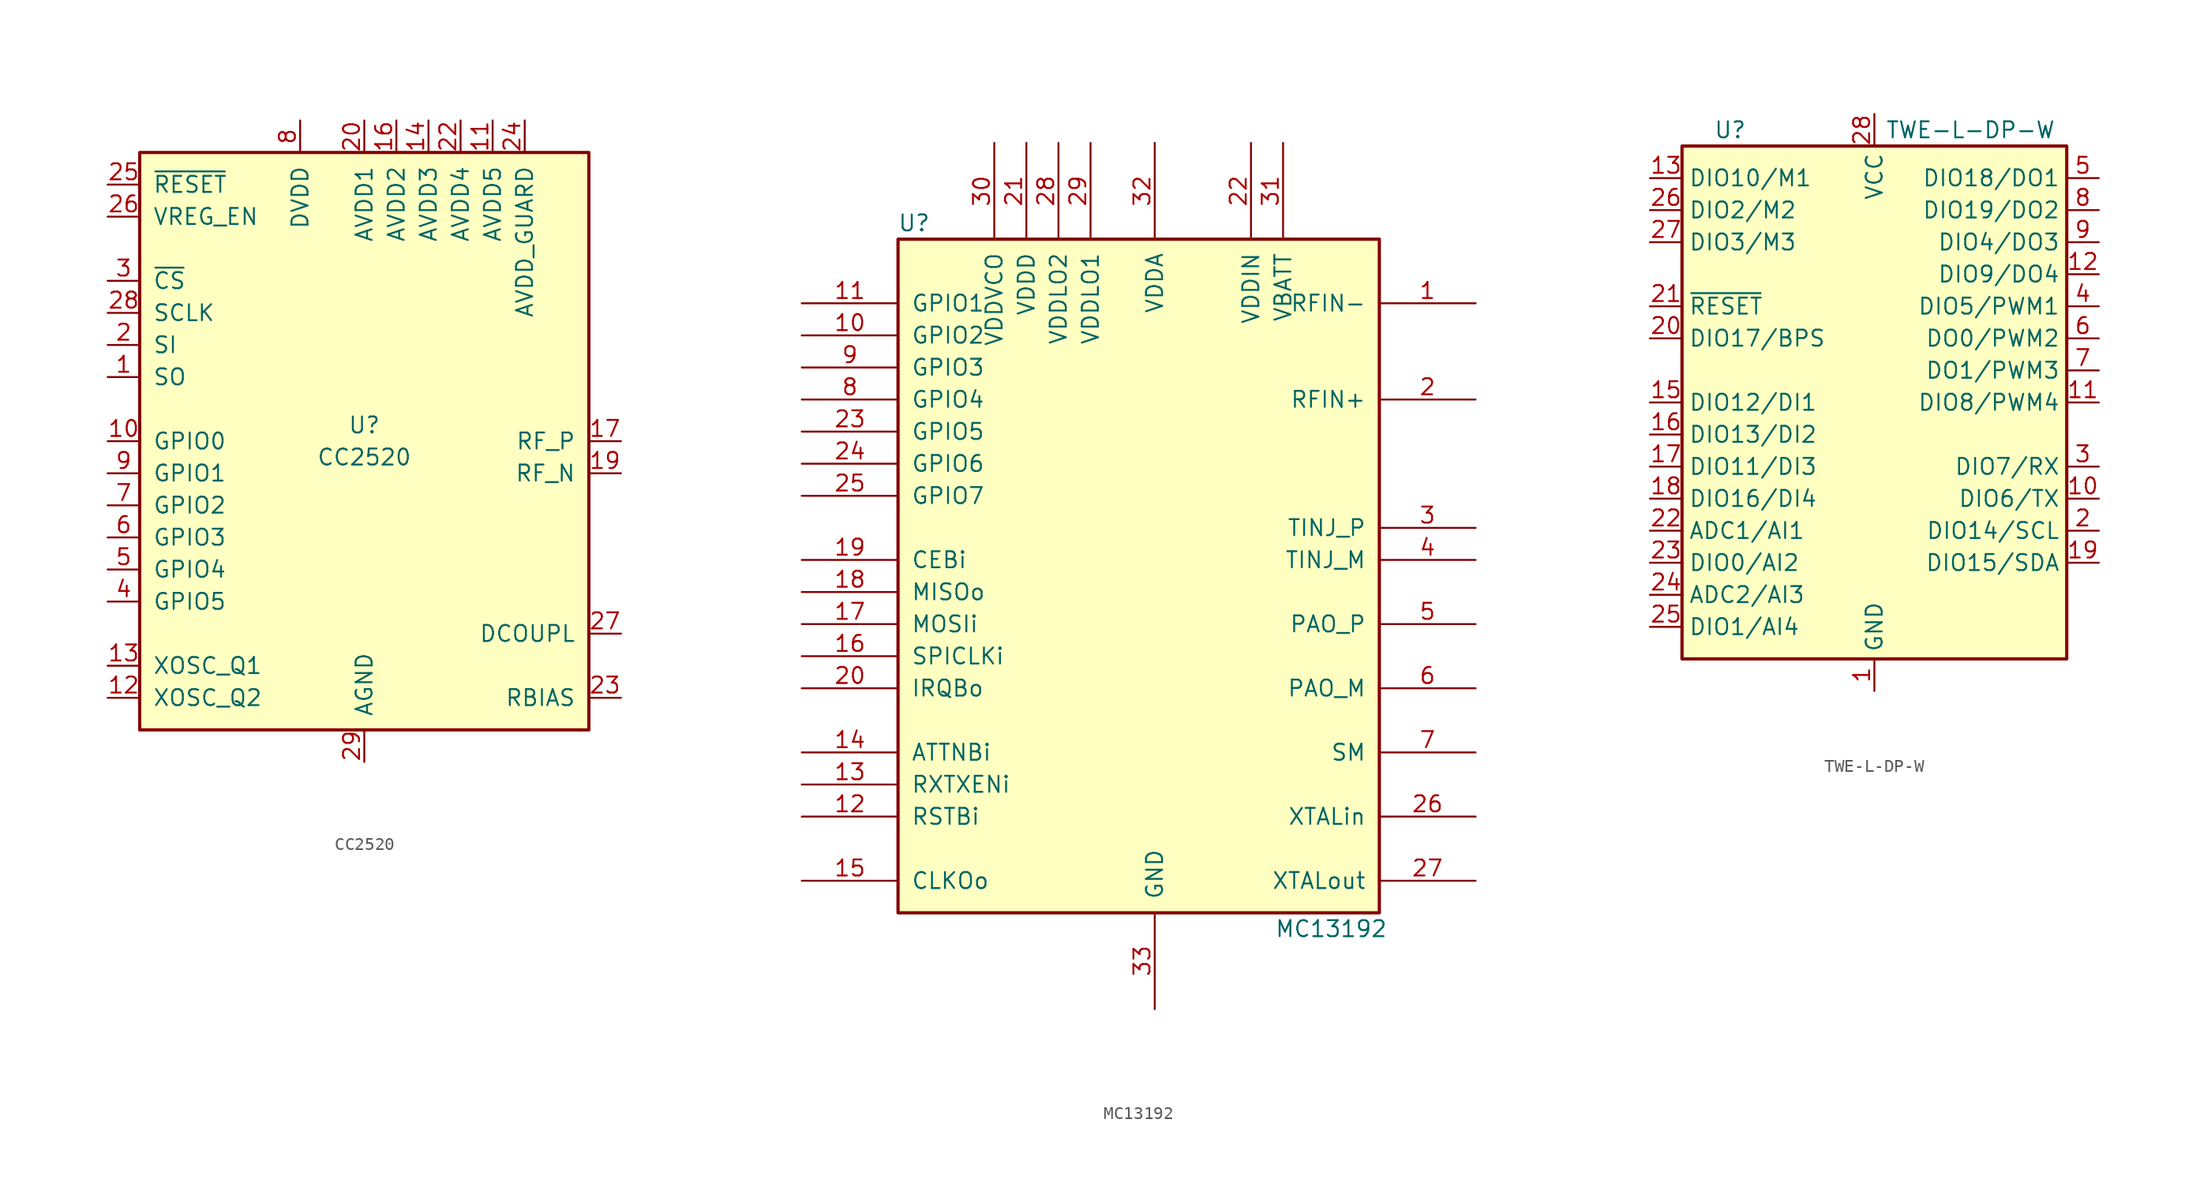
<source format=kicad_sym>
(kicad_symbol_lib
  (version 20201005)
  (generator kicad_symbol_editor)
  (symbol "RF_ZigBee:CC2520"
    (pin_names
      (offset 1.016))
    (property "Reference" "U"
      (at 0 1.27 0)
      (effects (font (size 1.27 1.27))))
    (property "Value" "CC2520"
      (at 0 -1.27 0)
      (effects (font (size 1.27 1.27))))
    (symbol "CC2520_0_1"
      (rectangle (start -17.78 22.86) (end 17.78 -22.86) (stroke (width 0.254)) (fill (type background))))
    (symbol "CC2520_1_1"
      (pin output line (at -20.32 5.08 0) (length 2.54) (name "SO" (effects (font (size 1.27 1.27)))) (number "1" (effects (font (size 1.27 1.27)))))
      (pin bidirectional line (at -20.32 0 0) (length 2.54) (name "GPIO0" (effects (font (size 1.27 1.27)))) (number "10" (effects (font (size 1.27 1.27)))))
      (pin power_in line (at 10.16 25.4 270) (length 2.54) (name "AVDD5" (effects (font (size 1.27 1.27)))) (number "11" (effects (font (size 1.27 1.27)))))
      (pin passive line (at -20.32 -20.32 0) (length 2.54) (name "XOSC_Q2" (effects (font (size 1.27 1.27)))) (number "12" (effects (font (size 1.27 1.27)))))
      (pin passive line (at -20.32 -17.78 0) (length 2.54) (name "XOSC_Q1" (effects (font (size 1.27 1.27)))) (number "13" (effects (font (size 1.27 1.27)))))
      (pin power_in line (at 5.08 25.4 270) (length 2.54) (name "AVDD3" (effects (font (size 1.27 1.27)))) (number "14" (effects (font (size 1.27 1.27)))))
      (pin no_connect line (at 2.54 -22.86 90) (length 2.54) hide (name "NC" (effects (font (size 1.27 1.27)))) (number "15" (effects (font (size 1.27 1.27)))))
      (pin power_in line (at 2.54 25.4 270) (length 2.54) (name "AVDD2" (effects (font (size 1.27 1.27)))) (number "16" (effects (font (size 1.27 1.27)))))
      (pin passive line (at 20.32 0 180) (length 2.54) (name "RF_P" (effects (font (size 1.27 1.27)))) (number "17" (effects (font (size 1.27 1.27)))))
      (pin passive line (at 20.32 -2.54 180) (length 2.54) (name "RF_N" (effects (font (size 1.27 1.27)))) (number "19" (effects (font (size 1.27 1.27)))))
      (pin input line (at -20.32 7.62 0) (length 2.54) (name "SI" (effects (font (size 1.27 1.27)))) (number "2" (effects (font (size 1.27 1.27)))))
      (pin power_in line (at 0 25.4 270) (length 2.54) (name "AVDD1" (effects (font (size 1.27 1.27)))) (number "20" (effects (font (size 1.27 1.27)))))
      (pin no_connect line (at 5.08 -22.86 90) (length 2.54) hide (name "NC" (effects (font (size 1.27 1.27)))) (number "21" (effects (font (size 1.27 1.27)))))
      (pin power_in line (at 7.62 25.4 270) (length 2.54) (name "AVDD4" (effects (font (size 1.27 1.27)))) (number "22" (effects (font (size 1.27 1.27)))))
      (pin passive line (at 20.32 -20.32 180) (length 2.54) (name "RBIAS" (effects (font (size 1.27 1.27)))) (number "23" (effects (font (size 1.27 1.27)))))
      (pin power_in line (at 12.7 25.4 270) (length 2.54) (name "AVDD_GUARD" (effects (font (size 1.27 1.27)))) (number "24" (effects (font (size 1.27 1.27)))))
      (pin input line (at -20.32 20.32 0) (length 2.54) (name "~RESET" (effects (font (size 1.27 1.27)))) (number "25" (effects (font (size 1.27 1.27)))))
      (pin input line (at -20.32 17.78 0) (length 2.54) (name "VREG_EN" (effects (font (size 1.27 1.27)))) (number "26" (effects (font (size 1.27 1.27)))))
      (pin passive line (at 20.32 -15.24 180) (length 2.54) (name "DCOUPL" (effects (font (size 1.27 1.27)))) (number "27" (effects (font (size 1.27 1.27)))))
      (pin input line (at -20.32 10.16 0) (length 2.54) (name "SCLK" (effects (font (size 1.27 1.27)))) (number "28" (effects (font (size 1.27 1.27)))))
      (pin power_in line (at 0 -25.4 90) (length 2.54) (name "AGND" (effects (font (size 1.27 1.27)))) (number "29" (effects (font (size 1.27 1.27)))))
      (pin input line (at -20.32 12.7 0) (length 2.54) (name "~CS" (effects (font (size 1.27 1.27)))) (number "3" (effects (font (size 1.27 1.27)))))
      (pin bidirectional line (at -20.32 -12.7 0) (length 2.54) (name "GPIO5" (effects (font (size 1.27 1.27)))) (number "4" (effects (font (size 1.27 1.27)))))
      (pin bidirectional line (at -20.32 -10.16 0) (length 2.54) (name "GPIO4" (effects (font (size 1.27 1.27)))) (number "5" (effects (font (size 1.27 1.27)))))
      (pin bidirectional line (at -20.32 -7.62 0) (length 2.54) (name "GPIO3" (effects (font (size 1.27 1.27)))) (number "6" (effects (font (size 1.27 1.27)))))
      (pin bidirectional line (at -20.32 -5.08 0) (length 2.54) (name "GPIO2" (effects (font (size 1.27 1.27)))) (number "7" (effects (font (size 1.27 1.27)))))
      (pin power_in line (at -5.08 25.4 270) (length 2.54) (name "DVDD" (effects (font (size 1.27 1.27)))) (number "8" (effects (font (size 1.27 1.27)))))
      (pin bidirectional line (at -20.32 -2.54 0) (length 2.54) (name "GPIO1" (effects (font (size 1.27 1.27)))) (number "9" (effects (font (size 1.27 1.27)))))))
  (symbol "RF_ZigBee:MC13192"
    (pin_names
      (offset 1.016))
    (property "Reference" "U"
      (at -19.05 26.67 0)
      (effects (font (size 1.27 1.27))))
    (property "Value" "MC13192"
      (at 13.97 -29.21 0)
      (effects (font (size 1.27 1.27))))
    (symbol "MC13192_0_1"
      (rectangle (start -20.32 25.4) (end 17.78 -27.94) (stroke (width 0.254)) (fill (type background))))
    (symbol "MC13192_1_1"
      (pin input line (at 25.4 20.32 180) (length 7.62) (name "RFIN-" (effects (font (size 1.27 1.27)))) (number "1" (effects (font (size 1.27 1.27)))))
      (pin bidirectional line (at -27.94 17.78 0) (length 7.62) (name "GPIO2" (effects (font (size 1.27 1.27)))) (number "10" (effects (font (size 1.27 1.27)))))
      (pin bidirectional line (at -27.94 20.32 0) (length 7.62) (name "GPIO1" (effects (font (size 1.27 1.27)))) (number "11" (effects (font (size 1.27 1.27)))))
      (pin input line (at -27.94 -20.32 0) (length 7.62) (name "RSTBi" (effects (font (size 1.27 1.27)))) (number "12" (effects (font (size 1.27 1.27)))))
      (pin input line (at -27.94 -17.78 0) (length 7.62) (name "RXTXENi" (effects (font (size 1.27 1.27)))) (number "13" (effects (font (size 1.27 1.27)))))
      (pin input line (at -27.94 -15.24 0) (length 7.62) (name "ATTNBi" (effects (font (size 1.27 1.27)))) (number "14" (effects (font (size 1.27 1.27)))))
      (pin output line (at -27.94 -25.4 0) (length 7.62) (name "CLKOo" (effects (font (size 1.27 1.27)))) (number "15" (effects (font (size 1.27 1.27)))))
      (pin input line (at -27.94 -7.62 0) (length 7.62) (name "SPICLKi" (effects (font (size 1.27 1.27)))) (number "16" (effects (font (size 1.27 1.27)))))
      (pin input line (at -27.94 -5.08 0) (length 7.62) (name "MOSIi" (effects (font (size 1.27 1.27)))) (number "17" (effects (font (size 1.27 1.27)))))
      (pin tri_state line (at -27.94 -2.54 0) (length 7.62) (name "MISOo" (effects (font (size 1.27 1.27)))) (number "18" (effects (font (size 1.27 1.27)))))
      (pin input line (at -27.94 0 0) (length 7.62) (name "CEBi" (effects (font (size 1.27 1.27)))) (number "19" (effects (font (size 1.27 1.27)))))
      (pin input line (at 25.4 12.7 180) (length 7.62) (name "RFIN+" (effects (font (size 1.27 1.27)))) (number "2" (effects (font (size 1.27 1.27)))))
      (pin open_collector line (at -27.94 -10.16 0) (length 7.62) (name "IRQBo" (effects (font (size 1.27 1.27)))) (number "20" (effects (font (size 1.27 1.27)))))
      (pin power_out line (at -10.16 33.02 270) (length 7.62) (name "VDDD" (effects (font (size 1.27 1.27)))) (number "21" (effects (font (size 1.27 1.27)))))
      (pin power_in line (at 7.62 33.02 270) (length 7.62) (name "VDDIN" (effects (font (size 1.27 1.27)))) (number "22" (effects (font (size 1.27 1.27)))))
      (pin bidirectional line (at -27.94 10.16 0) (length 7.62) (name "GPIO5" (effects (font (size 1.27 1.27)))) (number "23" (effects (font (size 1.27 1.27)))))
      (pin bidirectional line (at -27.94 7.62 0) (length 7.62) (name "GPIO6" (effects (font (size 1.27 1.27)))) (number "24" (effects (font (size 1.27 1.27)))))
      (pin bidirectional line (at -27.94 5.08 0) (length 7.62) (name "GPIO7" (effects (font (size 1.27 1.27)))) (number "25" (effects (font (size 1.27 1.27)))))
      (pin input line (at 25.4 -20.32 180) (length 7.62) (name "XTALin" (effects (font (size 1.27 1.27)))) (number "26" (effects (font (size 1.27 1.27)))))
      (pin output line (at 25.4 -25.4 180) (length 7.62) (name "XTALout" (effects (font (size 1.27 1.27)))) (number "27" (effects (font (size 1.27 1.27)))))
      (pin power_in line (at -7.62 33.02 270) (length 7.62) (name "VDDLO2" (effects (font (size 1.27 1.27)))) (number "28" (effects (font (size 1.27 1.27)))))
      (pin power_in line (at -5.08 33.02 270) (length 7.62) (name "VDDLO1" (effects (font (size 1.27 1.27)))) (number "29" (effects (font (size 1.27 1.27)))))
      (pin input line (at 25.4 2.54 180) (length 7.62) (name "TINJ_P" (effects (font (size 1.27 1.27)))) (number "3" (effects (font (size 1.27 1.27)))))
      (pin power_out line (at -12.7 33.02 270) (length 7.62) (name "VDDVCO" (effects (font (size 1.27 1.27)))) (number "30" (effects (font (size 1.27 1.27)))))
      (pin input line (at 10.16 33.02 270) (length 7.62) (name "VBATT" (effects (font (size 1.27 1.27)))) (number "31" (effects (font (size 1.27 1.27)))))
      (pin power_out line (at 0 33.02 270) (length 7.62) (name "VDDA" (effects (font (size 1.27 1.27)))) (number "32" (effects (font (size 1.27 1.27)))))
      (pin power_in line (at 0 -35.56 90) (length 7.62) (name "GND" (effects (font (size 1.27 1.27)))) (number "33" (effects (font (size 1.27 1.27)))))
      (pin input line (at 25.4 0 180) (length 7.62) (name "TINJ_M" (effects (font (size 1.27 1.27)))) (number "4" (effects (font (size 1.27 1.27)))))
      (pin open_collector line (at 25.4 -5.08 180) (length 7.62) (name "PAO_P" (effects (font (size 1.27 1.27)))) (number "5" (effects (font (size 1.27 1.27)))))
      (pin open_collector line (at 25.4 -10.16 180) (length 7.62) (name "PAO_M" (effects (font (size 1.27 1.27)))) (number "6" (effects (font (size 1.27 1.27)))))
      (pin input line (at 25.4 -15.24 180) (length 7.62) (name "SM" (effects (font (size 1.27 1.27)))) (number "7" (effects (font (size 1.27 1.27)))))
      (pin bidirectional line (at -27.94 12.7 0) (length 7.62) (name "GPIO4" (effects (font (size 1.27 1.27)))) (number "8" (effects (font (size 1.27 1.27)))))
      (pin bidirectional line (at -27.94 15.24 0) (length 7.62) (name "GPIO3" (effects (font (size 1.27 1.27)))) (number "9" (effects (font (size 1.27 1.27)))))))
  (symbol "RF_ZigBee:TWE-L-DP-W"
    (property "Reference" "U"
      (at -11.43 21.59 0)
      (effects (font (size 1.27 1.27))))
    (property "Value" "TWE-L-DP-W"
      (at 7.62 21.59 0)
      (effects (font (size 1.27 1.27))))
    (symbol "TWE-L-DP-W_1_0"
      (rectangle (start -15.24 -20.32) (end 15.24 20.32) (stroke (width 0.254)) (fill (type background))))
    (symbol "TWE-L-DP-W_1_1"
      (pin power_in line (at 0 -22.86 90) (length 2.54) (name "GND" (effects (font (size 1.27 1.27)))) (number "1" (effects (font (size 1.27 1.27)))))
      (pin bidirectional line (at 17.78 -7.62 180) (length 2.54) (name "DIO6/TX" (effects (font (size 1.27 1.27)))) (number "10" (effects (font (size 1.27 1.27)))))
      (pin bidirectional line (at 17.78 0 180) (length 2.54) (name "DIO8/PWM4" (effects (font (size 1.27 1.27)))) (number "11" (effects (font (size 1.27 1.27)))))
      (pin bidirectional line (at 17.78 10.16 180) (length 2.54) (name "DIO9/DO4" (effects (font (size 1.27 1.27)))) (number "12" (effects (font (size 1.27 1.27)))))
      (pin bidirectional line (at -17.78 17.78 0) (length 2.54) (name "DIO10/M1" (effects (font (size 1.27 1.27)))) (number "13" (effects (font (size 1.27 1.27)))))
      (pin passive line (at 0 -22.86 90) (length 2.54) hide (name "GND" (effects (font (size 1.27 1.27)))) (number "14" (effects (font (size 1.27 1.27)))))
      (pin bidirectional line (at -17.78 0 0) (length 2.54) (name "DIO12/DI1" (effects (font (size 1.27 1.27)))) (number "15" (effects (font (size 1.27 1.27)))))
      (pin bidirectional line (at -17.78 -2.54 0) (length 2.54) (name "DIO13/DI2" (effects (font (size 1.27 1.27)))) (number "16" (effects (font (size 1.27 1.27)))))
      (pin bidirectional line (at -17.78 -5.08 0) (length 2.54) (name "DIO11/DI3" (effects (font (size 1.27 1.27)))) (number "17" (effects (font (size 1.27 1.27)))))
      (pin bidirectional line (at -17.78 -7.62 0) (length 2.54) (name "DIO16/DI4" (effects (font (size 1.27 1.27)))) (number "18" (effects (font (size 1.27 1.27)))))
      (pin bidirectional line (at 17.78 -12.7 180) (length 2.54) (name "DIO15/SDA" (effects (font (size 1.27 1.27)))) (number "19" (effects (font (size 1.27 1.27)))))
      (pin bidirectional line (at 17.78 -10.16 180) (length 2.54) (name "DIO14/SCL" (effects (font (size 1.27 1.27)))) (number "2" (effects (font (size 1.27 1.27)))))
      (pin bidirectional line (at -17.78 5.08 0) (length 2.54) (name "DIO17/BPS" (effects (font (size 1.27 1.27)))) (number "20" (effects (font (size 1.27 1.27)))))
      (pin input line (at -17.78 7.62 0) (length 2.54) (name "~RESET" (effects (font (size 1.27 1.27)))) (number "21" (effects (font (size 1.27 1.27)))))
      (pin input line (at -17.78 -10.16 0) (length 2.54) (name "ADC1/AI1" (effects (font (size 1.27 1.27)))) (number "22" (effects (font (size 1.27 1.27)))))
      (pin bidirectional line (at -17.78 -12.7 0) (length 2.54) (name "DIO0/AI2" (effects (font (size 1.27 1.27)))) (number "23" (effects (font (size 1.27 1.27)))))
      (pin input line (at -17.78 -15.24 0) (length 2.54) (name "ADC2/AI3" (effects (font (size 1.27 1.27)))) (number "24" (effects (font (size 1.27 1.27)))))
      (pin bidirectional line (at -17.78 -17.78 0) (length 2.54) (name "DIO1/AI4" (effects (font (size 1.27 1.27)))) (number "25" (effects (font (size 1.27 1.27)))))
      (pin bidirectional line (at -17.78 15.24 0) (length 2.54) (name "DIO2/M2" (effects (font (size 1.27 1.27)))) (number "26" (effects (font (size 1.27 1.27)))))
      (pin bidirectional line (at -17.78 12.7 0) (length 2.54) (name "DIO3/M3" (effects (font (size 1.27 1.27)))) (number "27" (effects (font (size 1.27 1.27)))))
      (pin power_in line (at 0 22.86 270) (length 2.54) (name "VCC" (effects (font (size 1.27 1.27)))) (number "28" (effects (font (size 1.27 1.27)))))
      (pin bidirectional line (at 17.78 -5.08 180) (length 2.54) (name "DIO7/RX" (effects (font (size 1.27 1.27)))) (number "3" (effects (font (size 1.27 1.27)))))
      (pin bidirectional line (at 17.78 7.62 180) (length 2.54) (name "DIO5/PWM1" (effects (font (size 1.27 1.27)))) (number "4" (effects (font (size 1.27 1.27)))))
      (pin bidirectional line (at 17.78 17.78 180) (length 2.54) (name "DIO18/DO1" (effects (font (size 1.27 1.27)))) (number "5" (effects (font (size 1.27 1.27)))))
      (pin output line (at 17.78 5.08 180) (length 2.54) (name "DO0/PWM2" (effects (font (size 1.27 1.27)))) (number "6" (effects (font (size 1.27 1.27)))))
      (pin bidirectional line (at 17.78 2.54 180) (length 2.54) (name "DO1/PWM3" (effects (font (size 1.27 1.27)))) (number "7" (effects (font (size 1.27 1.27)))))
      (pin bidirectional line (at 17.78 15.24 180) (length 2.54) (name "DIO19/DO2" (effects (font (size 1.27 1.27)))) (number "8" (effects (font (size 1.27 1.27)))))
      (pin bidirectional line (at 17.78 12.7 180) (length 2.54) (name "DIO4/DO3" (effects (font (size 1.27 1.27)))) (number "9" (effects (font (size 1.27 1.27))))))))
</source>
